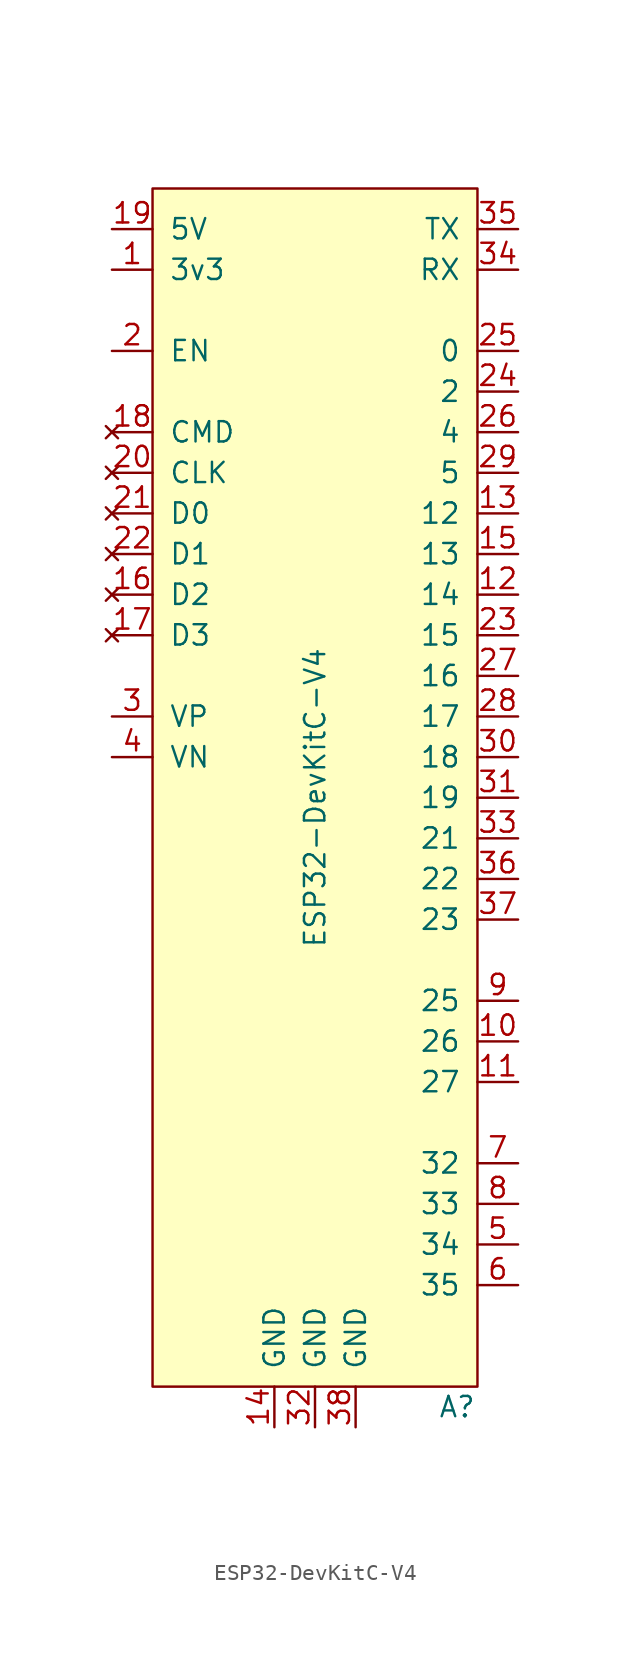
<source format=kicad_sym>
(kicad_symbol_lib
  (version 20211014)
  (generator kicad_symbol_editor)
  (symbol "ESP32-DevKitC-V4"
    (pin_names
      (offset 1.016))
    (property "Reference" "A"
      (at 8.89 -73.66 0)
      (effects (font (size 1.27 1.27))))
    (property "Value" "ESP32-DevKitC-V4"
      (at 0 -35.56 90)
      (effects (font (size 1.27 1.27))))
    (symbol "ESP32-DevKitC-V4_0_1"
      (rectangle (start -10.16 2.54) (end 10.16 -72.39) (stroke (width 0) (type default) (color 0 0 0 0)) (fill (type background))))
    (symbol "ESP32-DevKitC-V4_1_1"
      (pin power_in line (at -12.7 -2.54 0) (length 2.54) (name "3v3" (effects (font (size 1.27 1.27)))) (number "1" (effects (font (size 1.27 1.27)))))
      (pin bidirectional line (at 12.7 -50.8 180) (length 2.54) (name "26" (effects (font (size 1.27 1.27)))) (number "10" (effects (font (size 1.27 1.27)))))
      (pin bidirectional line (at 12.7 -53.34 180) (length 2.54) (name "27" (effects (font (size 1.27 1.27)))) (number "11" (effects (font (size 1.27 1.27)))))
      (pin bidirectional line (at 12.7 -22.86 180) (length 2.54) (name "14" (effects (font (size 1.27 1.27)))) (number "12" (effects (font (size 1.27 1.27)))))
      (pin bidirectional line (at 12.7 -17.78 180) (length 2.54) (name "12" (effects (font (size 1.27 1.27)))) (number "13" (effects (font (size 1.27 1.27)))))
      (pin power_in line (at -2.54 -74.93 90) (length 2.54) (name "GND" (effects (font (size 1.27 1.27)))) (number "14" (effects (font (size 1.27 1.27)))))
      (pin bidirectional line (at 12.7 -20.32 180) (length 2.54) (name "13" (effects (font (size 1.27 1.27)))) (number "15" (effects (font (size 1.27 1.27)))))
      (pin no_connect line (at -12.7 -22.86 0) (length 2.54) (name "D2" (effects (font (size 1.27 1.27)))) (number "16" (effects (font (size 1.27 1.27)))))
      (pin no_connect line (at -12.7 -25.4 0) (length 2.54) (name "D3" (effects (font (size 1.27 1.27)))) (number "17" (effects (font (size 1.27 1.27)))))
      (pin no_connect line (at -12.7 -12.7 0) (length 2.54) (name "CMD" (effects (font (size 1.27 1.27)))) (number "18" (effects (font (size 1.27 1.27)))))
      (pin power_in line (at -12.7 0 0) (length 2.54) (name "5V" (effects (font (size 1.27 1.27)))) (number "19" (effects (font (size 1.27 1.27)))))
      (pin bidirectional line (at -12.7 -7.62 0) (length 2.54) (name "EN" (effects (font (size 1.27 1.27)))) (number "2" (effects (font (size 1.27 1.27)))))
      (pin no_connect line (at -12.7 -15.24 0) (length 2.54) (name "CLK" (effects (font (size 1.27 1.27)))) (number "20" (effects (font (size 1.27 1.27)))))
      (pin no_connect line (at -12.7 -17.78 0) (length 2.54) (name "D0" (effects (font (size 1.27 1.27)))) (number "21" (effects (font (size 1.27 1.27)))))
      (pin no_connect line (at -12.7 -20.32 0) (length 2.54) (name "D1" (effects (font (size 1.27 1.27)))) (number "22" (effects (font (size 1.27 1.27)))))
      (pin bidirectional line (at 12.7 -25.4 180) (length 2.54) (name "15" (effects (font (size 1.27 1.27)))) (number "23" (effects (font (size 1.27 1.27)))))
      (pin bidirectional line (at 12.7 -10.16 180) (length 2.54) (name "2" (effects (font (size 1.27 1.27)))) (number "24" (effects (font (size 1.27 1.27)))))
      (pin bidirectional line (at 12.7 -7.62 180) (length 2.54) (name "0" (effects (font (size 1.27 1.27)))) (number "25" (effects (font (size 1.27 1.27)))))
      (pin bidirectional line (at 12.7 -12.7 180) (length 2.54) (name "4" (effects (font (size 1.27 1.27)))) (number "26" (effects (font (size 1.27 1.27)))))
      (pin bidirectional line (at 12.7 -27.94 180) (length 2.54) (name "16" (effects (font (size 1.27 1.27)))) (number "27" (effects (font (size 1.27 1.27)))))
      (pin bidirectional line (at 12.7 -30.48 180) (length 2.54) (name "17" (effects (font (size 1.27 1.27)))) (number "28" (effects (font (size 1.27 1.27)))))
      (pin bidirectional line (at 12.7 -15.24 180) (length 2.54) (name "5" (effects (font (size 1.27 1.27)))) (number "29" (effects (font (size 1.27 1.27)))))
      (pin bidirectional line (at -12.7 -30.48 0) (length 2.54) (name "VP" (effects (font (size 1.27 1.27)))) (number "3" (effects (font (size 1.27 1.27)))))
      (pin bidirectional line (at 12.7 -33.02 180) (length 2.54) (name "18" (effects (font (size 1.27 1.27)))) (number "30" (effects (font (size 1.27 1.27)))))
      (pin bidirectional line (at 12.7 -35.56 180) (length 2.54) (name "19" (effects (font (size 1.27 1.27)))) (number "31" (effects (font (size 1.27 1.27)))))
      (pin power_in line (at 0 -74.93 90) (length 2.54) (name "GND" (effects (font (size 1.27 1.27)))) (number "32" (effects (font (size 1.27 1.27)))))
      (pin bidirectional line (at 12.7 -38.1 180) (length 2.54) (name "21" (effects (font (size 1.27 1.27)))) (number "33" (effects (font (size 1.27 1.27)))))
      (pin input line (at 12.7 -2.54 180) (length 2.54) (name "RX" (effects (font (size 1.27 1.27)))) (number "34" (effects (font (size 1.27 1.27)))))
      (pin output line (at 12.7 0 180) (length 2.54) (name "TX" (effects (font (size 1.27 1.27)))) (number "35" (effects (font (size 1.27 1.27)))))
      (pin bidirectional line (at 12.7 -40.64 180) (length 2.54) (name "22" (effects (font (size 1.27 1.27)))) (number "36" (effects (font (size 1.27 1.27)))))
      (pin bidirectional line (at 12.7 -43.18 180) (length 2.54) (name "23" (effects (font (size 1.27 1.27)))) (number "37" (effects (font (size 1.27 1.27)))))
      (pin power_in line (at 2.54 -74.93 90) (length 2.54) (name "GND" (effects (font (size 1.27 1.27)))) (number "38" (effects (font (size 1.27 1.27)))))
      (pin bidirectional line (at -12.7 -33.02 0) (length 2.54) (name "VN" (effects (font (size 1.27 1.27)))) (number "4" (effects (font (size 1.27 1.27)))))
      (pin bidirectional line (at 12.7 -63.5 180) (length 2.54) (name "34" (effects (font (size 1.27 1.27)))) (number "5" (effects (font (size 1.27 1.27)))))
      (pin bidirectional line (at 12.7 -66.04 180) (length 2.54) (name "35" (effects (font (size 1.27 1.27)))) (number "6" (effects (font (size 1.27 1.27)))))
      (pin bidirectional line (at 12.7 -58.42 180) (length 2.54) (name "32" (effects (font (size 1.27 1.27)))) (number "7" (effects (font (size 1.27 1.27)))))
      (pin bidirectional line (at 12.7 -60.96 180) (length 2.54) (name "33" (effects (font (size 1.27 1.27)))) (number "8" (effects (font (size 1.27 1.27)))))
      (pin bidirectional line (at 12.7 -48.26 180) (length 2.54) (name "25" (effects (font (size 1.27 1.27)))) (number "9" (effects (font (size 1.27 1.27))))))))
</source>
